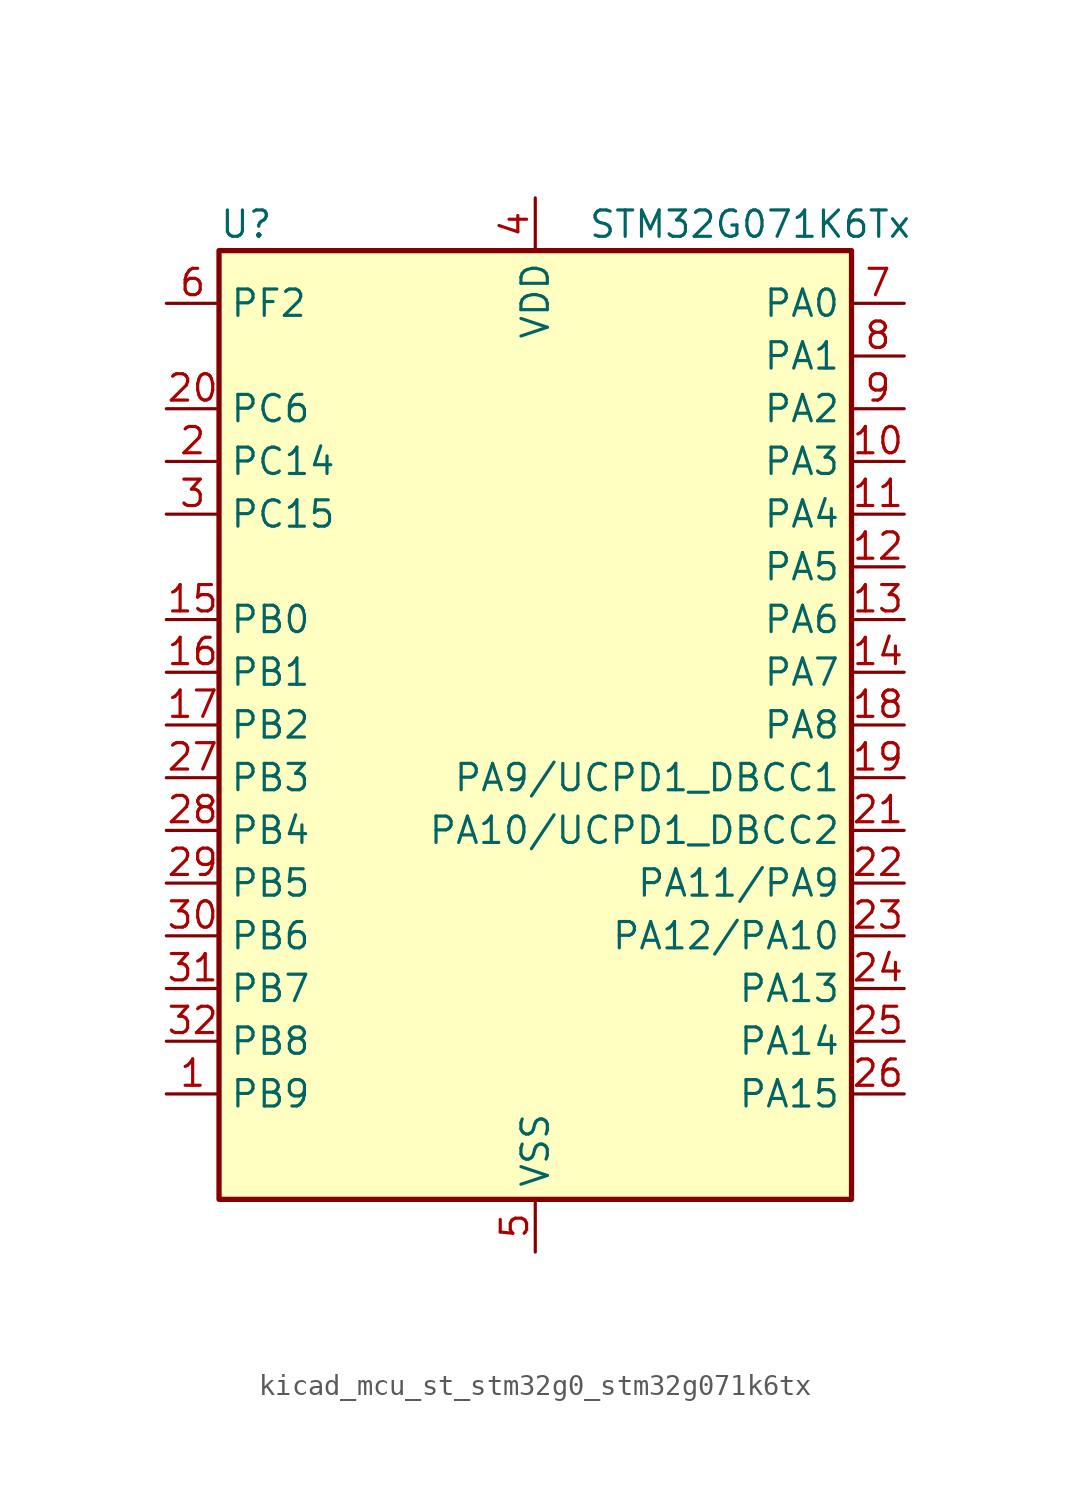
<source format=kicad_sym>
(kicad_symbol_lib
  (version 20220914)
  (generator kicad_symbol_editor)
  (symbol "kicad_mcu_st_stm32g0_stm32g071k6tx"
    (property "Reference" "U"
      (at -15.24 24.13 0)
      (effects (font (size 1.27 1.27)) (justify left)))
    (property "Value" "STM32G071K6Tx"
      (at 2.54 24.13 0)
      (effects (font (size 1.27 1.27)) (justify left)))
    (property "ki_locked" ""
      (at 0 0 0)
      (effects (font (size 1.27 1.27))))
    (symbol "kicad_mcu_st_stm32g0_stm32g071k6tx_0_1"
      (rectangle (start -15.24 -22.86) (end 15.24 22.86) (stroke (width 0.254) (type default)) (fill (type background))))
    (symbol "kicad_mcu_st_stm32g0_stm32g071k6tx_1_1"
      (pin bidirectional line (at -17.78 -17.78 0) (length 2.54) (name "PB9" (effects (font (size 1.27 1.27)))) (number "1" (effects (font (size 1.27 1.27)))) (alternate "DAC1_EXTI9" bidirectional line) (alternate "I2C1_SDA" bidirectional line) (alternate "IR_OUT" bidirectional line) (alternate "SPI2_NSS" bidirectional line) (alternate "TIM17_CH1" bidirectional line) (alternate "USART3_RX" bidirectional line))
      (pin bidirectional line (at 17.78 12.7 180) (length 2.54) (name "PA3" (effects (font (size 1.27 1.27)))) (number "10" (effects (font (size 1.27 1.27)))) (alternate "ADC1_IN3" bidirectional line) (alternate "COMP2_INP" bidirectional line) (alternate "LPUART1_RX" bidirectional line) (alternate "SPI2_MISO" bidirectional line) (alternate "TIM15_CH2" bidirectional line) (alternate "TIM2_CH4" bidirectional line) (alternate "USART2_RX" bidirectional line))
      (pin bidirectional line (at 17.78 10.16 180) (length 2.54) (name "PA4" (effects (font (size 1.27 1.27)))) (number "11" (effects (font (size 1.27 1.27)))) (alternate "ADC1_IN4" bidirectional line) (alternate "DAC1_OUT1" bidirectional line) (alternate "I2S1_WS" bidirectional line) (alternate "LPTIM2_OUT" bidirectional line) (alternate "RTC_OUT_ALARM" bidirectional line) (alternate "RTC_OUT_CALIB" bidirectional line) (alternate "RTC_TAMP_IN1" bidirectional line) (alternate "RTC_TS" bidirectional line) (alternate "SPI1_NSS" bidirectional line) (alternate "SPI2_MOSI" bidirectional line) (alternate "SYS_WKUP2" bidirectional line) (alternate "TIM14_CH1" bidirectional line))
      (pin bidirectional line (at 17.78 7.62 180) (length 2.54) (name "PA5" (effects (font (size 1.27 1.27)))) (number "12" (effects (font (size 1.27 1.27)))) (alternate "ADC1_IN5" bidirectional line) (alternate "CEC" bidirectional line) (alternate "DAC1_OUT2" bidirectional line) (alternate "I2S1_CK" bidirectional line) (alternate "LPTIM2_ETR" bidirectional line) (alternate "SPI1_SCK" bidirectional line) (alternate "TIM2_CH1" bidirectional line) (alternate "TIM2_ETR" bidirectional line) (alternate "UCPD1_FRSTX1" bidirectional line) (alternate "UCPD1_FRSTX2" bidirectional line) (alternate "USART3_TX" bidirectional line))
      (pin bidirectional line (at 17.78 5.08 180) (length 2.54) (name "PA6" (effects (font (size 1.27 1.27)))) (number "13" (effects (font (size 1.27 1.27)))) (alternate "ADC1_IN6" bidirectional line) (alternate "COMP1_OUT" bidirectional line) (alternate "I2S1_MCK" bidirectional line) (alternate "LPUART1_CTS" bidirectional line) (alternate "SPI1_MISO" bidirectional line) (alternate "TIM16_CH1" bidirectional line) (alternate "TIM1_BK" bidirectional line) (alternate "TIM3_CH1" bidirectional line) (alternate "USART3_CTS" bidirectional line) (alternate "USART3_NSS" bidirectional line))
      (pin bidirectional line (at 17.78 2.54 180) (length 2.54) (name "PA7" (effects (font (size 1.27 1.27)))) (number "14" (effects (font (size 1.27 1.27)))) (alternate "ADC1_IN7" bidirectional line) (alternate "COMP2_OUT" bidirectional line) (alternate "I2S1_SD" bidirectional line) (alternate "SPI1_MOSI" bidirectional line) (alternate "TIM14_CH1" bidirectional line) (alternate "TIM17_CH1" bidirectional line) (alternate "TIM1_CH1N" bidirectional line) (alternate "TIM3_CH2" bidirectional line) (alternate "UCPD1_FRSTX1" bidirectional line) (alternate "UCPD1_FRSTX2" bidirectional line))
      (pin bidirectional line (at -17.78 5.08 0) (length 2.54) (name "PB0" (effects (font (size 1.27 1.27)))) (number "15" (effects (font (size 1.27 1.27)))) (alternate "ADC1_IN8" bidirectional line) (alternate "COMP1_OUT" bidirectional line) (alternate "I2S1_WS" bidirectional line) (alternate "LPTIM1_OUT" bidirectional line) (alternate "SPI1_NSS" bidirectional line) (alternate "TIM1_CH2N" bidirectional line) (alternate "TIM3_CH3" bidirectional line) (alternate "UCPD1_FRSTX1" bidirectional line) (alternate "UCPD1_FRSTX2" bidirectional line) (alternate "USART3_RX" bidirectional line))
      (pin bidirectional line (at -17.78 2.54 0) (length 2.54) (name "PB1" (effects (font (size 1.27 1.27)))) (number "16" (effects (font (size 1.27 1.27)))) (alternate "ADC1_IN9" bidirectional line) (alternate "COMP1_INM" bidirectional line) (alternate "LPTIM2_IN1" bidirectional line) (alternate "LPUART1_DE" bidirectional line) (alternate "LPUART1_RTS" bidirectional line) (alternate "TIM14_CH1" bidirectional line) (alternate "TIM1_CH3N" bidirectional line) (alternate "TIM3_CH4" bidirectional line) (alternate "USART3_CK" bidirectional line) (alternate "USART3_DE" bidirectional line) (alternate "USART3_RTS" bidirectional line))
      (pin bidirectional line (at -17.78 0 0) (length 2.54) (name "PB2" (effects (font (size 1.27 1.27)))) (number "17" (effects (font (size 1.27 1.27)))) (alternate "ADC1_IN10" bidirectional line) (alternate "COMP1_INP" bidirectional line) (alternate "LPTIM1_OUT" bidirectional line) (alternate "SPI2_MISO" bidirectional line) (alternate "USART3_TX" bidirectional line))
      (pin bidirectional line (at 17.78 0 180) (length 2.54) (name "PA8" (effects (font (size 1.27 1.27)))) (number "18" (effects (font (size 1.27 1.27)))) (alternate "LPTIM2_OUT" bidirectional line) (alternate "RCC_MCO" bidirectional line) (alternate "SPI2_NSS" bidirectional line) (alternate "TIM1_CH1" bidirectional line) (alternate "UCPD1_CC1" bidirectional line))
      (pin bidirectional line (at 17.78 -2.54 180) (length 2.54) (name "PA9/UCPD1_DBCC1" (effects (font (size 1.27 1.27)))) (number "19" (effects (font (size 1.27 1.27)))) (alternate "DAC1_EXTI9" bidirectional line) (alternate "I2C1_SCL" bidirectional line) (alternate "RCC_MCO" bidirectional line) (alternate "SPI2_MISO" bidirectional line) (alternate "TIM15_BK" bidirectional line) (alternate "TIM1_CH2" bidirectional line) (alternate "UCPD1_DBCC1" bidirectional line) (alternate "USART1_TX" bidirectional line))
      (pin bidirectional line (at -17.78 12.7 0) (length 2.54) (name "PC14" (effects (font (size 1.27 1.27)))) (number "2" (effects (font (size 1.27 1.27)))) (alternate "RCC_OSC32_IN" bidirectional line) (alternate "RCC_OSC_IN" bidirectional line) (alternate "TIM1_BK2" bidirectional line))
      (pin bidirectional line (at -17.78 15.24 0) (length 2.54) (name "PC6" (effects (font (size 1.27 1.27)))) (number "20" (effects (font (size 1.27 1.27)))) (alternate "TIM2_CH3" bidirectional line) (alternate "TIM3_CH1" bidirectional line) (alternate "UCPD1_FRSTX1" bidirectional line) (alternate "UCPD1_FRSTX2" bidirectional line))
      (pin bidirectional line (at 17.78 -5.08 180) (length 2.54) (name "PA10/UCPD1_DBCC2" (effects (font (size 1.27 1.27)))) (number "21" (effects (font (size 1.27 1.27)))) (alternate "I2C1_SDA" bidirectional line) (alternate "SPI2_MOSI" bidirectional line) (alternate "TIM17_BK" bidirectional line) (alternate "TIM1_CH3" bidirectional line) (alternate "UCPD1_DBCC2" bidirectional line) (alternate "USART1_RX" bidirectional line))
      (pin bidirectional line (at 17.78 -7.62 180) (length 2.54) (name "PA11/PA9" (effects (font (size 1.27 1.27)))) (number "22" (effects (font (size 1.27 1.27)))) (alternate "ADC1_EXTI11" bidirectional line) (alternate "COMP1_OUT" bidirectional line) (alternate "I2C2_SCL" bidirectional line) (alternate "I2S1_MCK" bidirectional line) (alternate "SPI1_MISO" bidirectional line) (alternate "TIM1_BK2" bidirectional line) (alternate "TIM1_CH4" bidirectional line) (alternate "USART1_CTS" bidirectional line) (alternate "USART1_NSS" bidirectional line))
      (pin bidirectional line (at 17.78 -10.16 180) (length 2.54) (name "PA12/PA10" (effects (font (size 1.27 1.27)))) (number "23" (effects (font (size 1.27 1.27)))) (alternate "COMP2_OUT" bidirectional line) (alternate "I2C2_SDA" bidirectional line) (alternate "I2S1_SD" bidirectional line) (alternate "I2S_CKIN" bidirectional line) (alternate "SPI1_MOSI" bidirectional line) (alternate "TIM1_ETR" bidirectional line) (alternate "USART1_CK" bidirectional line) (alternate "USART1_DE" bidirectional line) (alternate "USART1_RTS" bidirectional line))
      (pin bidirectional line (at 17.78 -12.7 180) (length 2.54) (name "PA13" (effects (font (size 1.27 1.27)))) (number "24" (effects (font (size 1.27 1.27)))) (alternate "IR_OUT" bidirectional line) (alternate "SYS_SWDIO" bidirectional line))
      (pin bidirectional line (at 17.78 -15.24 180) (length 2.54) (name "PA14" (effects (font (size 1.27 1.27)))) (number "25" (effects (font (size 1.27 1.27)))) (alternate "SYS_SWCLK" bidirectional line) (alternate "USART2_TX" bidirectional line))
      (pin bidirectional line (at 17.78 -17.78 180) (length 2.54) (name "PA15" (effects (font (size 1.27 1.27)))) (number "26" (effects (font (size 1.27 1.27)))) (alternate "I2S1_WS" bidirectional line) (alternate "SPI1_NSS" bidirectional line) (alternate "TIM2_CH1" bidirectional line) (alternate "TIM2_ETR" bidirectional line) (alternate "USART2_RX" bidirectional line) (alternate "USART3_CK" bidirectional line) (alternate "USART3_DE" bidirectional line) (alternate "USART3_RTS" bidirectional line) (alternate "USART4_CK" bidirectional line) (alternate "USART4_DE" bidirectional line) (alternate "USART4_RTS" bidirectional line))
      (pin bidirectional line (at -17.78 -2.54 0) (length 2.54) (name "PB3" (effects (font (size 1.27 1.27)))) (number "27" (effects (font (size 1.27 1.27)))) (alternate "COMP2_INM" bidirectional line) (alternate "I2S1_CK" bidirectional line) (alternate "SPI1_SCK" bidirectional line) (alternate "TIM1_CH2" bidirectional line) (alternate "TIM2_CH2" bidirectional line) (alternate "USART1_CK" bidirectional line) (alternate "USART1_DE" bidirectional line) (alternate "USART1_RTS" bidirectional line))
      (pin bidirectional line (at -17.78 -5.08 0) (length 2.54) (name "PB4" (effects (font (size 1.27 1.27)))) (number "28" (effects (font (size 1.27 1.27)))) (alternate "COMP2_INP" bidirectional line) (alternate "I2S1_MCK" bidirectional line) (alternate "SPI1_MISO" bidirectional line) (alternate "TIM17_BK" bidirectional line) (alternate "TIM3_CH1" bidirectional line) (alternate "USART1_CTS" bidirectional line) (alternate "USART1_NSS" bidirectional line))
      (pin bidirectional line (at -17.78 -7.62 0) (length 2.54) (name "PB5" (effects (font (size 1.27 1.27)))) (number "29" (effects (font (size 1.27 1.27)))) (alternate "COMP2_OUT" bidirectional line) (alternate "I2C1_SMBA" bidirectional line) (alternate "I2S1_SD" bidirectional line) (alternate "LPTIM1_IN1" bidirectional line) (alternate "SPI1_MOSI" bidirectional line) (alternate "SYS_WKUP6" bidirectional line) (alternate "TIM16_BK" bidirectional line) (alternate "TIM3_CH2" bidirectional line))
      (pin bidirectional line (at -17.78 10.16 0) (length 2.54) (name "PC15" (effects (font (size 1.27 1.27)))) (number "3" (effects (font (size 1.27 1.27)))) (alternate "RCC_OSC32_EN" bidirectional line) (alternate "RCC_OSC32_OUT" bidirectional line) (alternate "RCC_OSC_EN" bidirectional line) (alternate "TIM15_BK" bidirectional line))
      (pin bidirectional line (at -17.78 -10.16 0) (length 2.54) (name "PB6" (effects (font (size 1.27 1.27)))) (number "30" (effects (font (size 1.27 1.27)))) (alternate "COMP2_INP" bidirectional line) (alternate "I2C1_SCL" bidirectional line) (alternate "LPTIM1_ETR" bidirectional line) (alternate "SPI2_MISO" bidirectional line) (alternate "TIM16_CH1N" bidirectional line) (alternate "TIM1_CH3" bidirectional line) (alternate "USART1_TX" bidirectional line))
      (pin bidirectional line (at -17.78 -12.7 0) (length 2.54) (name "PB7" (effects (font (size 1.27 1.27)))) (number "31" (effects (font (size 1.27 1.27)))) (alternate "COMP2_INM" bidirectional line) (alternate "I2C1_SDA" bidirectional line) (alternate "LPTIM1_IN2" bidirectional line) (alternate "SPI2_MOSI" bidirectional line) (alternate "SYS_PVD_IN" bidirectional line) (alternate "TIM17_CH1N" bidirectional line) (alternate "USART1_RX" bidirectional line) (alternate "USART4_CTS" bidirectional line) (alternate "USART4_NSS" bidirectional line))
      (pin bidirectional line (at -17.78 -15.24 0) (length 2.54) (name "PB8" (effects (font (size 1.27 1.27)))) (number "32" (effects (font (size 1.27 1.27)))) (alternate "CEC" bidirectional line) (alternate "I2C1_SCL" bidirectional line) (alternate "SPI2_SCK" bidirectional line) (alternate "TIM15_BK" bidirectional line) (alternate "TIM16_CH1" bidirectional line) (alternate "USART3_TX" bidirectional line))
      (pin power_in line (at 0 25.4 270) (length 2.54) (name "VDD" (effects (font (size 1.27 1.27)))) (number "4" (effects (font (size 1.27 1.27)))))
      (pin power_in line (at 0 -25.4 90) (length 2.54) (name "VSS" (effects (font (size 1.27 1.27)))) (number "5" (effects (font (size 1.27 1.27)))))
      (pin bidirectional line (at -17.78 20.32 0) (length 2.54) (name "PF2" (effects (font (size 1.27 1.27)))) (number "6" (effects (font (size 1.27 1.27)))) (alternate "RCC_MCO" bidirectional line))
      (pin bidirectional line (at 17.78 20.32 180) (length 2.54) (name "PA0" (effects (font (size 1.27 1.27)))) (number "7" (effects (font (size 1.27 1.27)))) (alternate "ADC1_IN0" bidirectional line) (alternate "COMP1_INM" bidirectional line) (alternate "COMP1_OUT" bidirectional line) (alternate "LPTIM1_OUT" bidirectional line) (alternate "RTC_TAMP_IN2" bidirectional line) (alternate "SPI2_SCK" bidirectional line) (alternate "SYS_WKUP1" bidirectional line) (alternate "TIM2_CH1" bidirectional line) (alternate "TIM2_ETR" bidirectional line) (alternate "USART2_CTS" bidirectional line) (alternate "USART2_NSS" bidirectional line) (alternate "USART4_TX" bidirectional line))
      (pin bidirectional line (at 17.78 17.78 180) (length 2.54) (name "PA1" (effects (font (size 1.27 1.27)))) (number "8" (effects (font (size 1.27 1.27)))) (alternate "ADC1_IN1" bidirectional line) (alternate "COMP1_INP" bidirectional line) (alternate "I2C1_SMBA" bidirectional line) (alternate "I2S1_CK" bidirectional line) (alternate "SPI1_SCK" bidirectional line) (alternate "TIM15_CH1N" bidirectional line) (alternate "TIM2_CH2" bidirectional line) (alternate "USART2_CK" bidirectional line) (alternate "USART2_DE" bidirectional line) (alternate "USART2_RTS" bidirectional line) (alternate "USART4_RX" bidirectional line))
      (pin bidirectional line (at 17.78 15.24 180) (length 2.54) (name "PA2" (effects (font (size 1.27 1.27)))) (number "9" (effects (font (size 1.27 1.27)))) (alternate "ADC1_IN2" bidirectional line) (alternate "COMP2_INM" bidirectional line) (alternate "COMP2_OUT" bidirectional line) (alternate "I2S1_SD" bidirectional line) (alternate "LPUART1_TX" bidirectional line) (alternate "RCC_LSCO" bidirectional line) (alternate "SPI1_MOSI" bidirectional line) (alternate "SYS_WKUP4" bidirectional line) (alternate "TIM15_CH1" bidirectional line) (alternate "TIM2_CH3" bidirectional line) (alternate "UCPD1_FRSTX1" bidirectional line) (alternate "UCPD1_FRSTX2" bidirectional line) (alternate "USART2_TX" bidirectional line)))))
</source>
